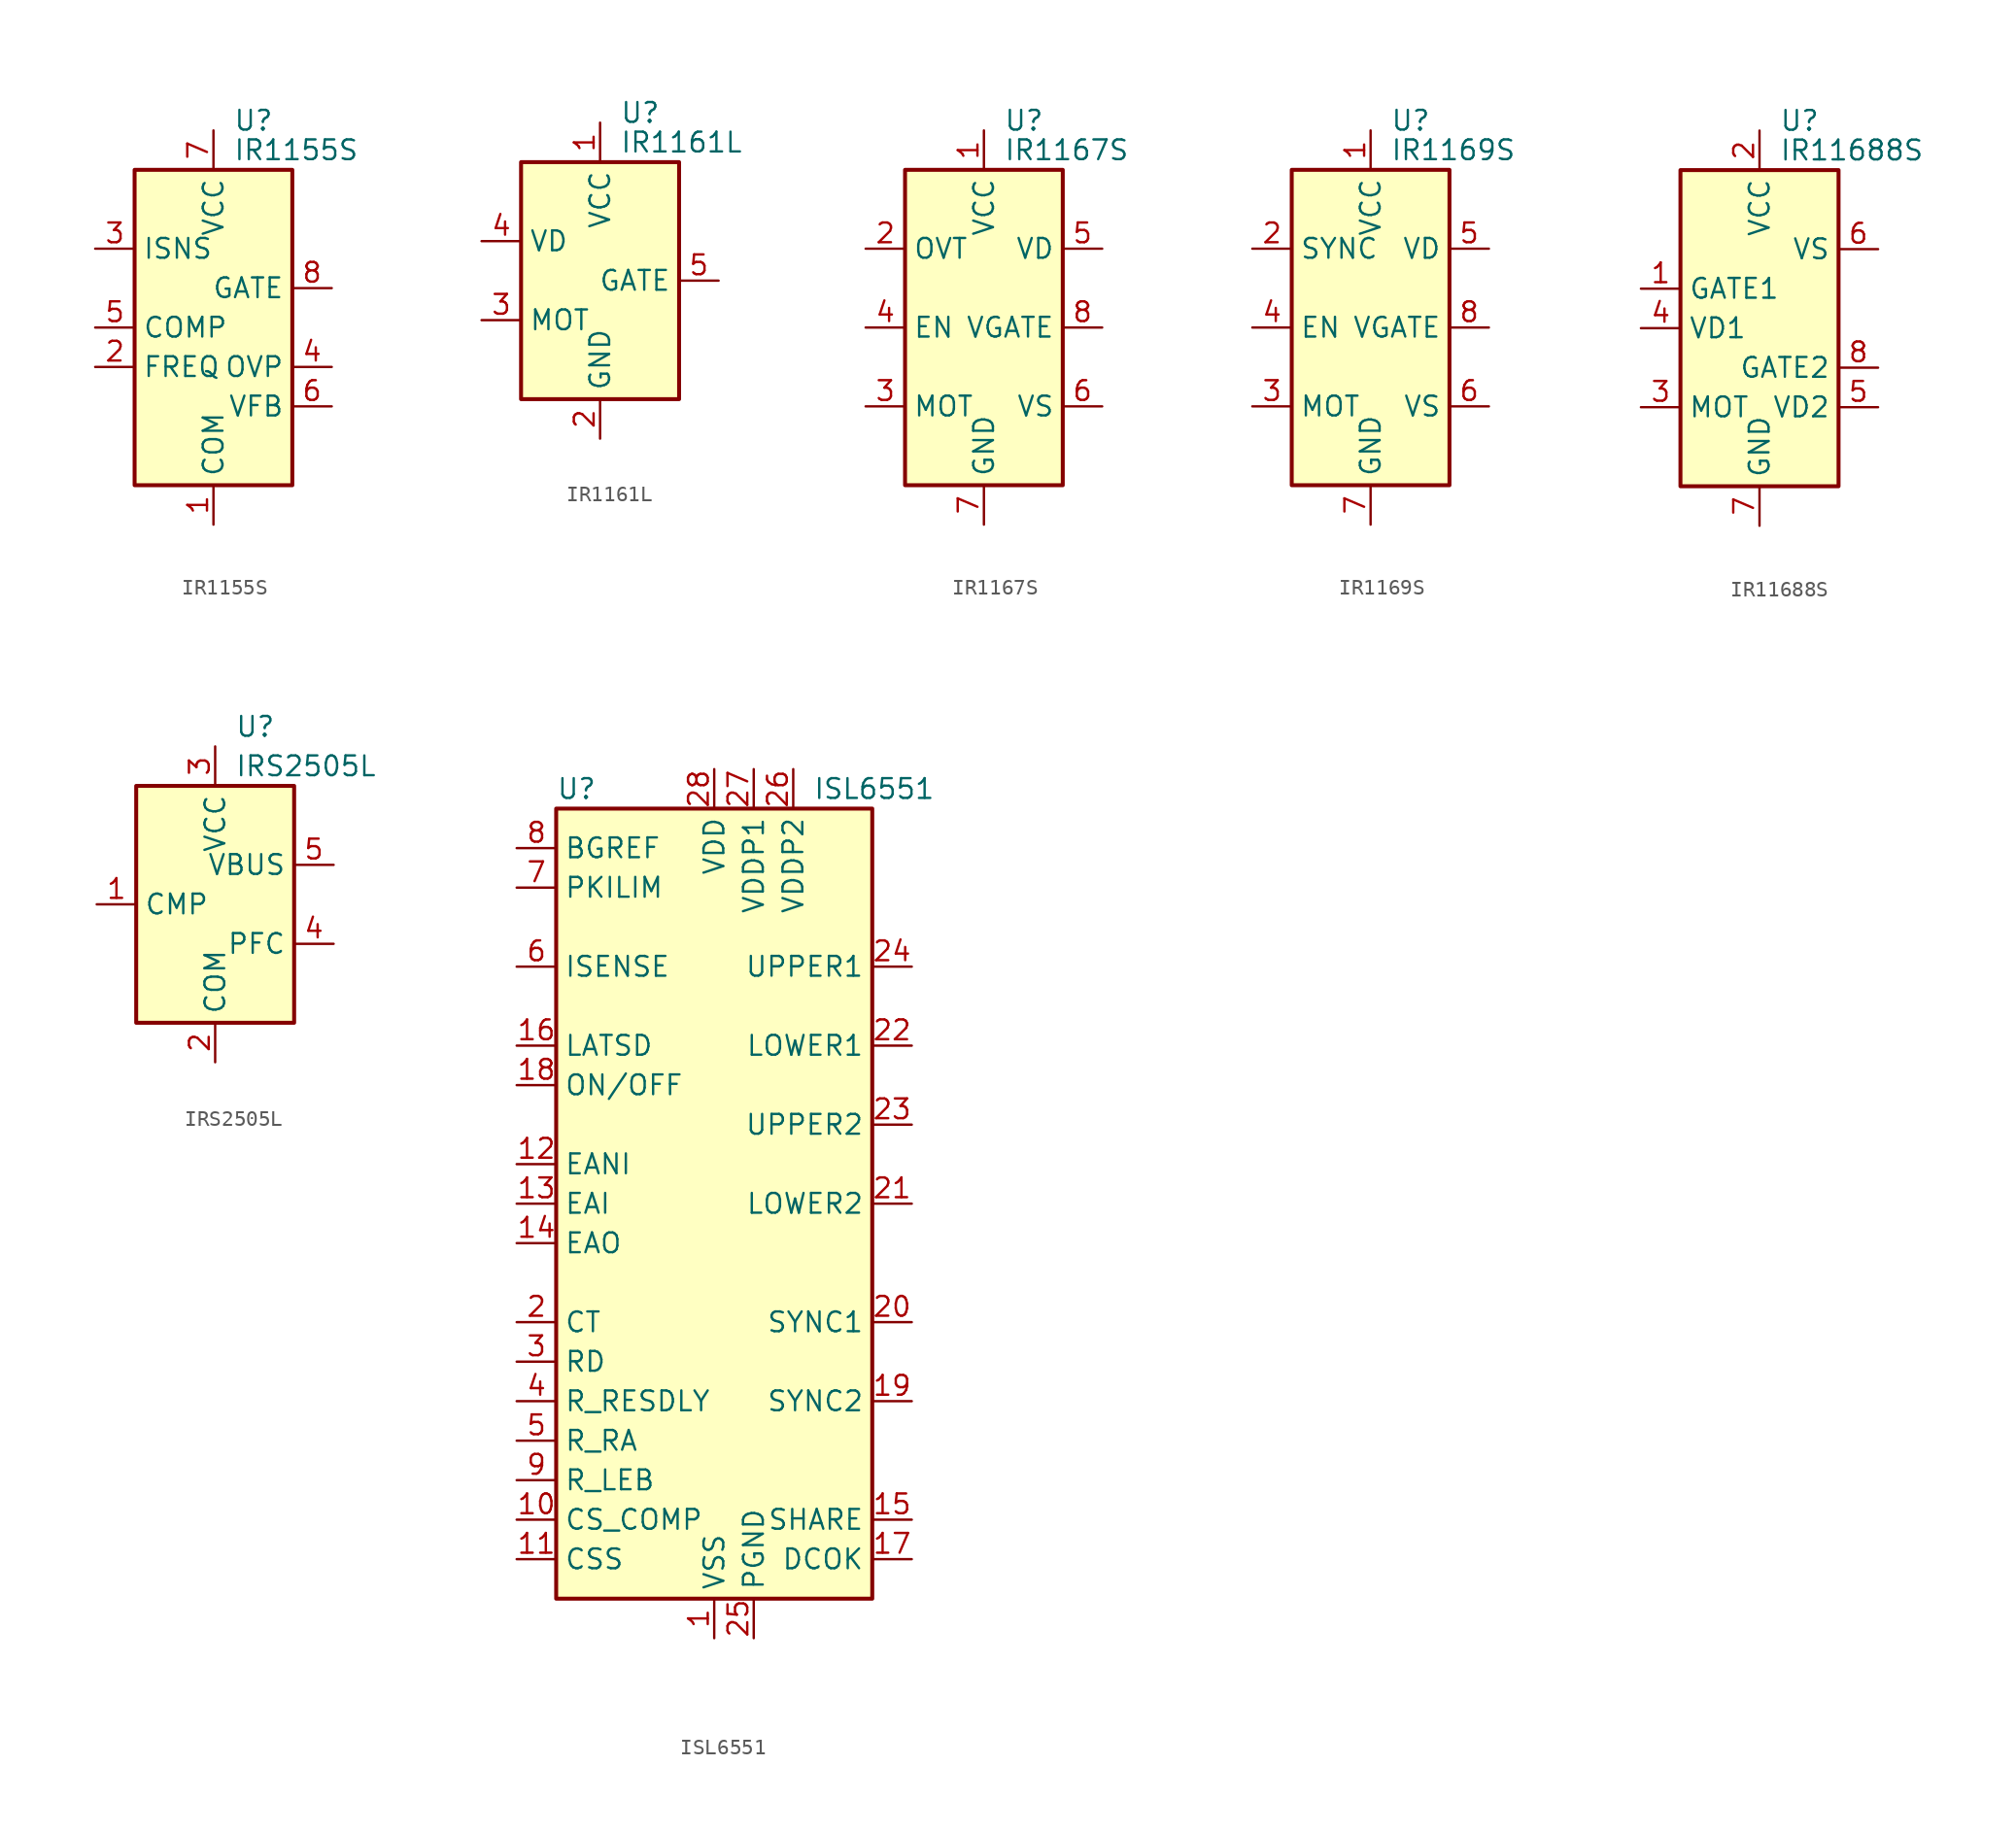
<source format=kicad_sym>
(kicad_symbol_lib
  (version 20201005)
  (generator kicad_symbol_editor)
  (symbol "IR1155S"
    (property "Reference" "U"
      (at 1.27 13.335 0)
      (effects (font (size 1.27 1.27)) (justify left)))
    (property "Value" "IR1155S"
      (at 1.27 11.43 0)
      (effects (font (size 1.27 1.27)) (justify left)))
    (symbol "IR1155S_0_1"
      (rectangle (start -5.08 -10.16) (end 5.08 10.16) (stroke (width 0.254)) (fill (type background))))
    (symbol "IR1155S_1_1"
      (pin power_in line (at 0 -12.7 90) (length 2.54) (name "COM" (effects (font (size 1.27 1.27)))) (number "1" (effects (font (size 1.27 1.27)))))
      (pin passive line (at -7.62 -2.54 0) (length 2.54) (name "FREQ" (effects (font (size 1.27 1.27)))) (number "2" (effects (font (size 1.27 1.27)))))
      (pin passive line (at -7.62 5.08 0) (length 2.54) (name "ISNS" (effects (font (size 1.27 1.27)))) (number "3" (effects (font (size 1.27 1.27)))))
      (pin input line (at 7.62 -2.54 180) (length 2.54) (name "OVP" (effects (font (size 1.27 1.27)))) (number "4" (effects (font (size 1.27 1.27)))))
      (pin output line (at -7.62 0 0) (length 2.54) (name "COMP" (effects (font (size 1.27 1.27)))) (number "5" (effects (font (size 1.27 1.27)))))
      (pin input line (at 7.62 -5.08 180) (length 2.54) (name "VFB" (effects (font (size 1.27 1.27)))) (number "6" (effects (font (size 1.27 1.27)))))
      (pin power_in line (at 0 12.7 270) (length 2.54) (name "VCC" (effects (font (size 1.27 1.27)))) (number "7" (effects (font (size 1.27 1.27)))))
      (pin output line (at 7.62 2.54 180) (length 2.54) (name "GATE" (effects (font (size 1.27 1.27)))) (number "8" (effects (font (size 1.27 1.27)))))))
  (symbol "IR1161L"
    (property "Reference" "U"
      (at 1.27 10.795 0)
      (effects (font (size 1.27 1.27)) (justify left)))
    (property "Value" "IR1161L"
      (at 1.27 8.89 0)
      (effects (font (size 1.27 1.27)) (justify left)))
    (symbol "IR1161L_0_1"
      (rectangle (start -5.08 -7.62) (end 5.08 7.62) (stroke (width 0.254)) (fill (type background))))
    (symbol "IR1161L_1_1"
      (pin power_in line (at 0 10.16 270) (length 2.54) (name "VCC" (effects (font (size 1.27 1.27)))) (number "1" (effects (font (size 1.27 1.27)))))
      (pin power_in line (at 0 -10.16 90) (length 2.54) (name "GND" (effects (font (size 1.27 1.27)))) (number "2" (effects (font (size 1.27 1.27)))))
      (pin passive line (at -7.62 -2.54 0) (length 2.54) (name "MOT" (effects (font (size 1.27 1.27)))) (number "3" (effects (font (size 1.27 1.27)))))
      (pin input line (at -7.62 2.54 0) (length 2.54) (name "VD" (effects (font (size 1.27 1.27)))) (number "4" (effects (font (size 1.27 1.27)))))
      (pin output line (at 7.62 0 180) (length 2.54) (name "GATE" (effects (font (size 1.27 1.27)))) (number "5" (effects (font (size 1.27 1.27)))))))
  (symbol "IR1167S"
    (property "Reference" "U"
      (at 1.27 13.335 0)
      (effects (font (size 1.27 1.27)) (justify left)))
    (property "Value" "IR1167S"
      (at 1.27 11.43 0)
      (effects (font (size 1.27 1.27)) (justify left)))
    (symbol "IR1167S_0_1"
      (rectangle (start -5.08 -10.16) (end 5.08 10.16) (stroke (width 0.254)) (fill (type background))))
    (symbol "IR1167S_1_1"
      (pin power_in line (at 0 12.7 270) (length 2.54) (name "VCC" (effects (font (size 1.27 1.27)))) (number "1" (effects (font (size 1.27 1.27)))))
      (pin input line (at -7.62 5.08 0) (length 2.54) (name "OVT" (effects (font (size 1.27 1.27)))) (number "2" (effects (font (size 1.27 1.27)))))
      (pin passive line (at -7.62 -5.08 0) (length 2.54) (name "MOT" (effects (font (size 1.27 1.27)))) (number "3" (effects (font (size 1.27 1.27)))))
      (pin input line (at -7.62 0 0) (length 2.54) (name "EN" (effects (font (size 1.27 1.27)))) (number "4" (effects (font (size 1.27 1.27)))))
      (pin input line (at 7.62 5.08 180) (length 2.54) (name "VD" (effects (font (size 1.27 1.27)))) (number "5" (effects (font (size 1.27 1.27)))))
      (pin input line (at 7.62 -5.08 180) (length 2.54) (name "VS" (effects (font (size 1.27 1.27)))) (number "6" (effects (font (size 1.27 1.27)))))
      (pin power_in line (at 0 -12.7 90) (length 2.54) (name "GND" (effects (font (size 1.27 1.27)))) (number "7" (effects (font (size 1.27 1.27)))))
      (pin output line (at 7.62 0 180) (length 2.54) (name "VGATE" (effects (font (size 1.27 1.27)))) (number "8" (effects (font (size 1.27 1.27)))))))
  (symbol "IR1169S"
    (property "Reference" "U"
      (at 1.27 13.335 0)
      (effects (font (size 1.27 1.27)) (justify left)))
    (property "Value" "IR1169S"
      (at 1.27 11.43 0)
      (effects (font (size 1.27 1.27)) (justify left)))
    (symbol "IR1169S_0_1"
      (rectangle (start -5.08 -10.16) (end 5.08 10.16) (stroke (width 0.254)) (fill (type background))))
    (symbol "IR1169S_1_1"
      (pin power_in line (at 0 12.7 270) (length 2.54) (name "VCC" (effects (font (size 1.27 1.27)))) (number "1" (effects (font (size 1.27 1.27)))))
      (pin input line (at -7.62 5.08 0) (length 2.54) (name "SYNC" (effects (font (size 1.27 1.27)))) (number "2" (effects (font (size 1.27 1.27)))))
      (pin passive line (at -7.62 -5.08 0) (length 2.54) (name "MOT" (effects (font (size 1.27 1.27)))) (number "3" (effects (font (size 1.27 1.27)))))
      (pin input line (at -7.62 0 0) (length 2.54) (name "EN" (effects (font (size 1.27 1.27)))) (number "4" (effects (font (size 1.27 1.27)))))
      (pin input line (at 7.62 5.08 180) (length 2.54) (name "VD" (effects (font (size 1.27 1.27)))) (number "5" (effects (font (size 1.27 1.27)))))
      (pin input line (at 7.62 -5.08 180) (length 2.54) (name "VS" (effects (font (size 1.27 1.27)))) (number "6" (effects (font (size 1.27 1.27)))))
      (pin power_in line (at 0 -12.7 90) (length 2.54) (name "GND" (effects (font (size 1.27 1.27)))) (number "7" (effects (font (size 1.27 1.27)))))
      (pin output line (at 7.62 0 180) (length 2.54) (name "VGATE" (effects (font (size 1.27 1.27)))) (number "8" (effects (font (size 1.27 1.27)))))))
  (symbol "IR11688S"
    (property "Reference" "U"
      (at 1.27 13.335 0)
      (effects (font (size 1.27 1.27)) (justify left)))
    (property "Value" "IR11688S"
      (at 1.27 11.43 0)
      (effects (font (size 1.27 1.27)) (justify left)))
    (symbol "IR11688S_0_1"
      (rectangle (start -5.08 -10.16) (end 5.08 10.16) (stroke (width 0.254)) (fill (type background))))
    (symbol "IR11688S_1_1"
      (pin output line (at -7.62 2.54 0) (length 2.54) (name "GATE1" (effects (font (size 1.27 1.27)))) (number "1" (effects (font (size 1.27 1.27)))))
      (pin power_in line (at 0 12.7 270) (length 2.54) (name "VCC" (effects (font (size 1.27 1.27)))) (number "2" (effects (font (size 1.27 1.27)))))
      (pin passive line (at -7.62 -5.08 0) (length 2.54) (name "MOT" (effects (font (size 1.27 1.27)))) (number "3" (effects (font (size 1.27 1.27)))))
      (pin input line (at -7.62 0 0) (length 2.54) (name "VD1" (effects (font (size 1.27 1.27)))) (number "4" (effects (font (size 1.27 1.27)))))
      (pin input line (at 7.62 -5.08 180) (length 2.54) (name "VD2" (effects (font (size 1.27 1.27)))) (number "5" (effects (font (size 1.27 1.27)))))
      (pin input line (at 7.62 5.08 180) (length 2.54) (name "VS" (effects (font (size 1.27 1.27)))) (number "6" (effects (font (size 1.27 1.27)))))
      (pin power_in line (at 0 -12.7 90) (length 2.54) (name "GND" (effects (font (size 1.27 1.27)))) (number "7" (effects (font (size 1.27 1.27)))))
      (pin output line (at 7.62 -2.54 180) (length 2.54) (name "GATE2" (effects (font (size 1.27 1.27)))) (number "8" (effects (font (size 1.27 1.27)))))))
  (symbol "IRS2505L"
    (property "Reference" "U"
      (at 1.27 11.43 0)
      (effects (font (size 1.27 1.27)) (justify left)))
    (property "Value" "IRS2505L"
      (at 1.27 8.89 0)
      (effects (font (size 1.27 1.27)) (justify left)))
    (symbol "IRS2505L_0_1"
      (rectangle (start -5.08 -7.62) (end 5.08 7.62) (stroke (width 0.254)) (fill (type background))))
    (symbol "IRS2505L_1_1"
      (pin passive line (at -7.62 0 0) (length 2.54) (name "CMP" (effects (font (size 1.27 1.27)))) (number "1" (effects (font (size 1.27 1.27)))))
      (pin power_in line (at 0 -10.16 90) (length 2.54) (name "COM" (effects (font (size 1.27 1.27)))) (number "2" (effects (font (size 1.27 1.27)))))
      (pin power_in line (at 0 10.16 270) (length 2.54) (name "VCC" (effects (font (size 1.27 1.27)))) (number "3" (effects (font (size 1.27 1.27)))))
      (pin output line (at 7.62 -2.54 180) (length 2.54) (name "PFC" (effects (font (size 1.27 1.27)))) (number "4" (effects (font (size 1.27 1.27)))))
      (pin input line (at 7.62 2.54 180) (length 2.54) (name "VBUS" (effects (font (size 1.27 1.27)))) (number "5" (effects (font (size 1.27 1.27)))))))
  (symbol "ISL6551"
    (property "Reference" "U"
      (at -10.16 26.67 0)
      (effects (font (size 1.27 1.27)) (justify left)))
    (property "Value" "ISL6551"
      (at 6.35 26.67 0)
      (effects (font (size 1.27 1.27)) (justify left)))
    (symbol "ISL6551_0_0"
      (rectangle (start -10.16 25.4) (end 10.16 -25.4) (stroke (width 0.254)) (fill (type background))))
    (symbol "ISL6551_1_1"
      (pin power_in line (at 0 -27.94 90) (length 2.54) (name "VSS" (effects (font (size 1.27 1.27)))) (number "1" (effects (font (size 1.27 1.27)))))
      (pin passive line (at -12.7 -20.32 0) (length 2.54) (name "CS_COMP" (effects (font (size 1.27 1.27)))) (number "10" (effects (font (size 1.27 1.27)))))
      (pin passive line (at -12.7 -22.86 0) (length 2.54) (name "CSS" (effects (font (size 1.27 1.27)))) (number "11" (effects (font (size 1.27 1.27)))))
      (pin input line (at -12.7 2.54 0) (length 2.54) (name "EANI" (effects (font (size 1.27 1.27)))) (number "12" (effects (font (size 1.27 1.27)))))
      (pin input line (at -12.7 0 0) (length 2.54) (name "EAI" (effects (font (size 1.27 1.27)))) (number "13" (effects (font (size 1.27 1.27)))))
      (pin output line (at -12.7 -2.54 0) (length 2.54) (name "EAO" (effects (font (size 1.27 1.27)))) (number "14" (effects (font (size 1.27 1.27)))))
      (pin input line (at 12.7 -20.32 180) (length 2.54) (name "SHARE" (effects (font (size 1.27 1.27)))) (number "15" (effects (font (size 1.27 1.27)))))
      (pin input line (at -12.7 10.16 0) (length 2.54) (name "LATSD" (effects (font (size 1.27 1.27)))) (number "16" (effects (font (size 1.27 1.27)))))
      (pin output line (at 12.7 -22.86 180) (length 2.54) (name "DCOK" (effects (font (size 1.27 1.27)))) (number "17" (effects (font (size 1.27 1.27)))))
      (pin input line (at -12.7 7.62 0) (length 2.54) (name "ON/OFF" (effects (font (size 1.27 1.27)))) (number "18" (effects (font (size 1.27 1.27)))))
      (pin output line (at 12.7 -12.7 180) (length 2.54) (name "SYNC2" (effects (font (size 1.27 1.27)))) (number "19" (effects (font (size 1.27 1.27)))))
      (pin passive line (at -12.7 -7.62 0) (length 2.54) (name "CT" (effects (font (size 1.27 1.27)))) (number "2" (effects (font (size 1.27 1.27)))))
      (pin output line (at 12.7 -7.62 180) (length 2.54) (name "SYNC1" (effects (font (size 1.27 1.27)))) (number "20" (effects (font (size 1.27 1.27)))))
      (pin output line (at 12.7 0 180) (length 2.54) (name "LOWER2" (effects (font (size 1.27 1.27)))) (number "21" (effects (font (size 1.27 1.27)))))
      (pin output line (at 12.7 10.16 180) (length 2.54) (name "LOWER1" (effects (font (size 1.27 1.27)))) (number "22" (effects (font (size 1.27 1.27)))))
      (pin output line (at 12.7 5.08 180) (length 2.54) (name "UPPER2" (effects (font (size 1.27 1.27)))) (number "23" (effects (font (size 1.27 1.27)))))
      (pin output line (at 12.7 15.24 180) (length 2.54) (name "UPPER1" (effects (font (size 1.27 1.27)))) (number "24" (effects (font (size 1.27 1.27)))))
      (pin power_in line (at 2.54 -27.94 90) (length 2.54) (name "PGND" (effects (font (size 1.27 1.27)))) (number "25" (effects (font (size 1.27 1.27)))))
      (pin power_in line (at 5.08 27.94 270) (length 2.54) (name "VDDP2" (effects (font (size 1.27 1.27)))) (number "26" (effects (font (size 1.27 1.27)))))
      (pin power_in line (at 2.54 27.94 270) (length 2.54) (name "VDDP1" (effects (font (size 1.27 1.27)))) (number "27" (effects (font (size 1.27 1.27)))))
      (pin power_in line (at 0 27.94 270) (length 2.54) (name "VDD" (effects (font (size 1.27 1.27)))) (number "28" (effects (font (size 1.27 1.27)))))
      (pin passive line (at -12.7 -10.16 0) (length 2.54) (name "RD" (effects (font (size 1.27 1.27)))) (number "3" (effects (font (size 1.27 1.27)))))
      (pin passive line (at -12.7 -12.7 0) (length 2.54) (name "R_RESDLY" (effects (font (size 1.27 1.27)))) (number "4" (effects (font (size 1.27 1.27)))))
      (pin passive line (at -12.7 -15.24 0) (length 2.54) (name "R_RA" (effects (font (size 1.27 1.27)))) (number "5" (effects (font (size 1.27 1.27)))))
      (pin input line (at -12.7 15.24 0) (length 2.54) (name "ISENSE" (effects (font (size 1.27 1.27)))) (number "6" (effects (font (size 1.27 1.27)))))
      (pin input line (at -12.7 20.32 0) (length 2.54) (name "PKILIM" (effects (font (size 1.27 1.27)))) (number "7" (effects (font (size 1.27 1.27)))))
      (pin output line (at -12.7 22.86 0) (length 2.54) (name "BGREF" (effects (font (size 1.27 1.27)))) (number "8" (effects (font (size 1.27 1.27)))))
      (pin passive line (at -12.7 -17.78 0) (length 2.54) (name "R_LEB" (effects (font (size 1.27 1.27)))) (number "9" (effects (font (size 1.27 1.27))))))))
</source>
